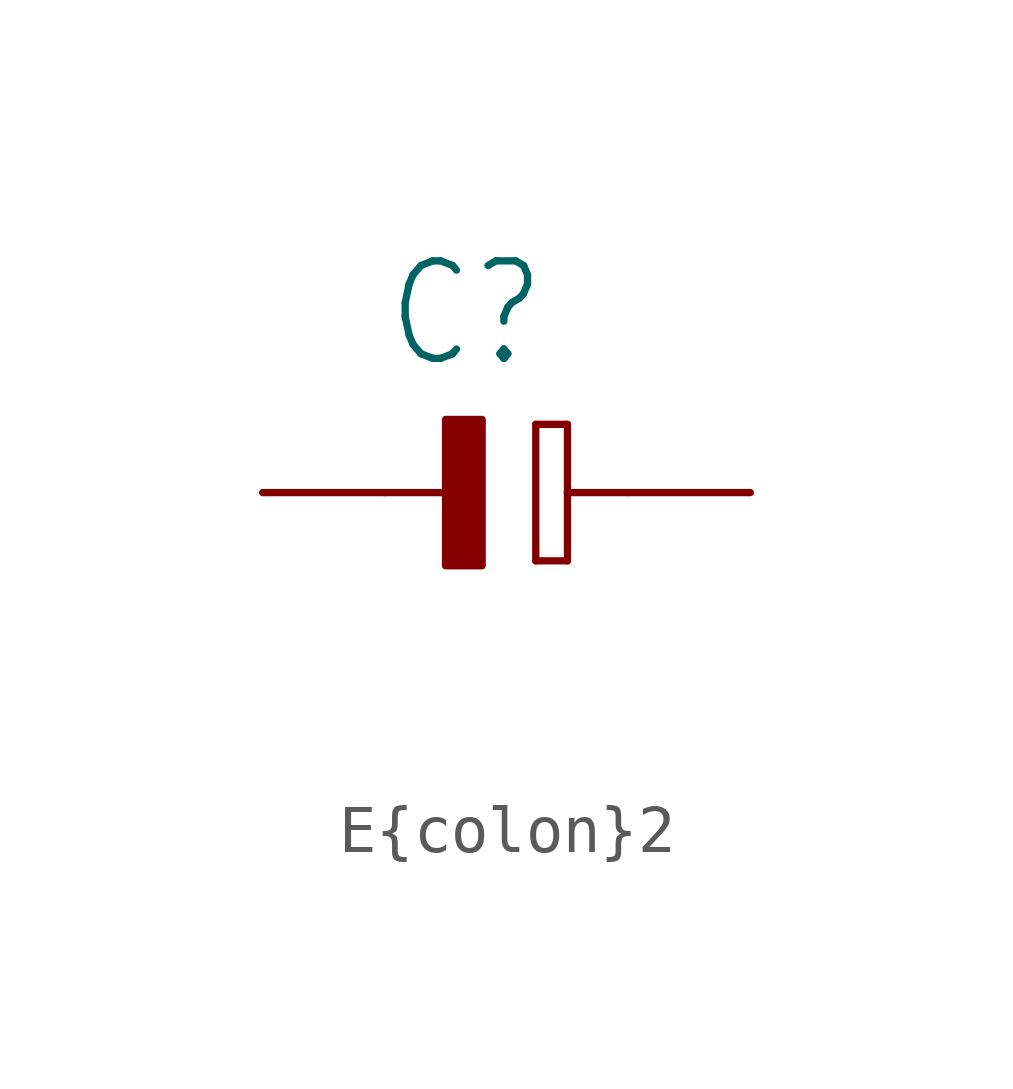
<source format=kicad_sym>
(kicad_symbol_lib
  (version 20241209)
  (generator "kicad_symbol_editor")
  (generator_version "9.0")
  (symbol "E{colon}2"
    (property "Reference" "C"
      (at -2.54 2.54 0)
      (effects (font (size 2.032 1.727)) (justify left bottom)))
    (property "Value" ""
      (at -2.54 -5.08 0)
      (effects (font (size 2.032 1.727)) (justify left bottom)))
    (property "ki_locked" ""
      (at 0 0 0)
      (effects (font (size 1.27 1.27))))
    (symbol "E{colon}2_1_0"
      (polyline (pts (xy -2.54 0) (xy -1.27 0)) (stroke (width 0.152) (type solid)) (fill (type none)))
      (rectangle (start -1.27 -1.524) (end -0.508 1.524) (stroke (width 0) (type default)) (fill (type outline)))
      (polyline (pts (xy 0.61 1.422) (xy 0.61 -1.422)) (stroke (width 0.152) (type solid)) (fill (type none)))
      (polyline (pts (xy 0.61 -1.422) (xy 1.27 -1.422)) (stroke (width 0.152) (type solid)) (fill (type none)))
      (polyline (pts (xy 1.27 1.422) (xy 0.61 1.422)) (stroke (width 0.152) (type solid)) (fill (type none)))
      (polyline (pts (xy 1.27 1.422) (xy 1.27 0)) (stroke (width 0.152) (type solid)) (fill (type none)))
      (polyline (pts (xy 1.27 0) (xy 1.27 -1.422)) (stroke (width 0.152) (type solid)) (fill (type none)))
      (polyline (pts (xy 1.27 0) (xy 2.54 0)) (stroke (width 0.152) (type solid)) (fill (type none)))
      (pin passive line (at -5.08 0 0) (length 2.54) (name "N" (effects (font (size 0 0)))) (number "2" (effects (font (size 0 0)))))
      (pin passive line (at 5.08 0 180) (length 2.54) (name "P" (effects (font (size 0 0)))) (number "1" (effects (font (size 0 0))))))))
</source>
